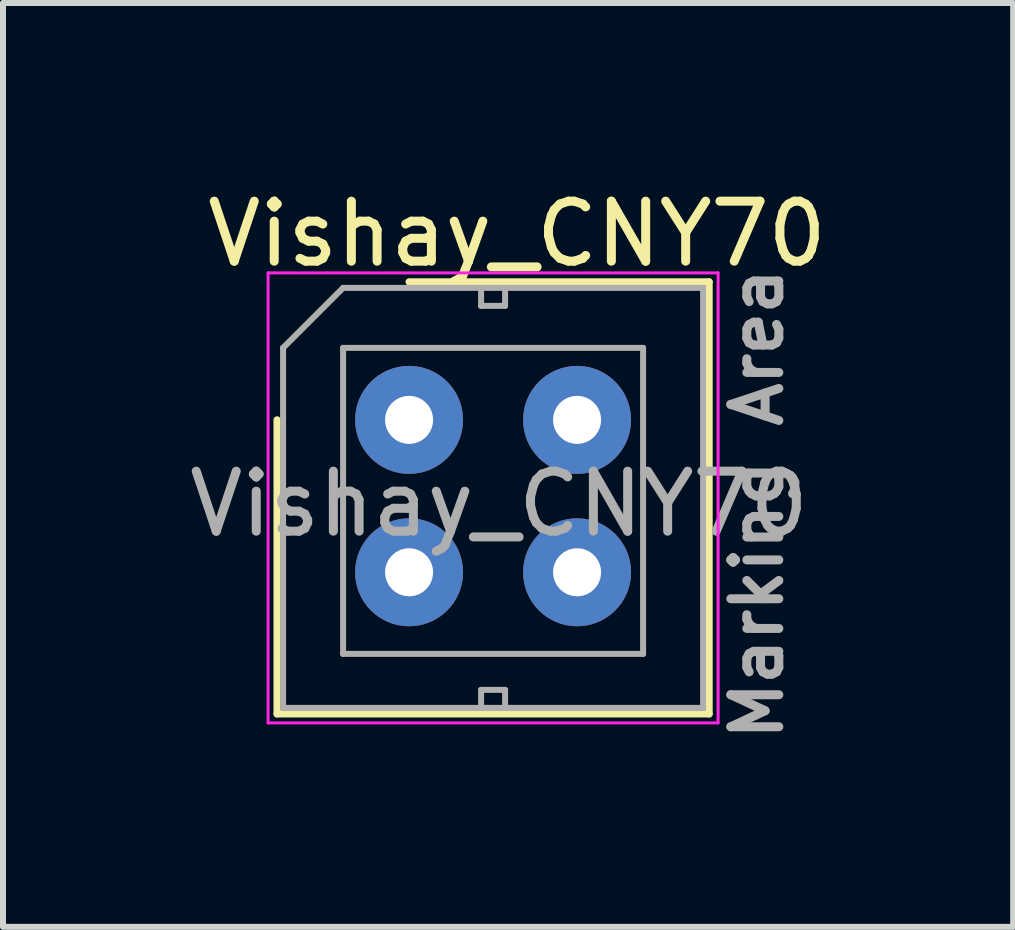
<source format=kicad_pcb>
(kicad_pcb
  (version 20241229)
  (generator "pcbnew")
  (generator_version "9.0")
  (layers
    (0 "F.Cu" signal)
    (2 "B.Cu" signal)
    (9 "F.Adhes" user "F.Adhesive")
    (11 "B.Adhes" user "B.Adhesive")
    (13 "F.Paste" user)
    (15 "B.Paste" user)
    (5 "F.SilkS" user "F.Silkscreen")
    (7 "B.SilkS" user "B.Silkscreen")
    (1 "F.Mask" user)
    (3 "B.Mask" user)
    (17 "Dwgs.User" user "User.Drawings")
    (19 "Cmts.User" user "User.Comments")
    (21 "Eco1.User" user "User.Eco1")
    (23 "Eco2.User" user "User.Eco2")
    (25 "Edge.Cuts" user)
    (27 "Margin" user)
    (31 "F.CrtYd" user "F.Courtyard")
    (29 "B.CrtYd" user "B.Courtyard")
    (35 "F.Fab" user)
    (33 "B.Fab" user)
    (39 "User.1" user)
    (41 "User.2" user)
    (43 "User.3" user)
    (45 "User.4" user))
  (footprint "Vishay_CNY70"
    (layer "F.Cu")
    (at 3.768 3.948)
    (property "Reference" "Vishay_CNY70" (at 1.8 -3.1 0) (layer "F.SilkS") (effects (font (size 1 1) (thickness 0.15))))
    (attr through_hole)
    (fp_line (start -2.2 0) (end -2.2 4.9) (stroke (width 0.12) (type solid)) (layer "F.SilkS"))
    (fp_line (start -2.2 4.9) (end 5 4.9) (stroke (width 0.12) (type solid)) (layer "F.SilkS"))
    (fp_line (start 5 -2.3) (end 0 -2.3) (stroke (width 0.12) (type solid)) (layer "F.SilkS"))
    (fp_line (start 5 4.9) (end 5 -2.3) (stroke (width 0.12) (type solid)) (layer "F.SilkS"))
    (fp_line (start -2.35 -2.45) (end -2.35 5.05) (stroke (width 0.05) (type solid)) (layer "F.CrtYd"))
    (fp_line (start -2.35 -2.45) (end 5.15 -2.45) (stroke (width 0.05) (type solid)) (layer "F.CrtYd"))
    (fp_line (start 5.15 5.05) (end -2.35 5.05) (stroke (width 0.05) (type solid)) (layer "F.CrtYd"))
    (fp_line (start 5.15 5.05) (end 5.15 -2.45) (stroke (width 0.05) (type solid)) (layer "F.CrtYd"))
    (fp_line (start -2.1 -1.2) (end -1.1 -2.2) (stroke (width 0.1) (type solid)) (layer "F.Fab"))
    (fp_line (start -2.1 4.8) (end -2.1 -1.2) (stroke (width 0.1) (type solid)) (layer "F.Fab"))
    (fp_line (start -1.1 -2.2) (end 4.9 -2.2) (stroke (width 0.1) (type solid)) (layer "F.Fab"))
    (fp_line (start -1.1 -1.2) (end -1.1 3.9) (stroke (width 0.1) (type solid)) (layer "F.Fab"))
    (fp_line (start -1.1 3.9) (end 3.9 3.9) (stroke (width 0.1) (type solid)) (layer "F.Fab"))
    (fp_line (start 1.2 -2.2) (end 1.2 -1.9) (stroke (width 0.1) (type solid)) (layer "F.Fab"))
    (fp_line (start 1.2 -1.9) (end 1.6 -1.9) (stroke (width 0.1) (type solid)) (layer "F.Fab"))
    (fp_line (start 1.2 4.5) (end 1.2 4.8) (stroke (width 0.1) (type solid)) (layer "F.Fab"))
    (fp_line (start 1.6 -1.9) (end 1.6 -2.2) (stroke (width 0.1) (type solid)) (layer "F.Fab"))
    (fp_line (start 1.6 4.5) (end 1.2 4.5) (stroke (width 0.1) (type solid)) (layer "F.Fab"))
    (fp_line (start 1.6 4.8) (end 1.6 4.5) (stroke (width 0.1) (type solid)) (layer "F.Fab"))
    (fp_line (start 3.9 -1.2) (end -1.1 -1.2) (stroke (width 0.1) (type solid)) (layer "F.Fab"))
    (fp_line (start 3.9 3.9) (end 3.9 -1.2) (stroke (width 0.1) (type solid)) (layer "F.Fab"))
    (fp_line (start 4.9 -2.2) (end 4.9 4.8) (stroke (width 0.1) (type solid)) (layer "F.Fab"))
    (fp_line (start 4.9 4.8) (end -2.1 4.8) (stroke (width 0.1) (type solid)) (layer "F.Fab"))
    (fp_text user "${REFERENCE}" (at 1.5 1.4 0) (layer "F.Fab") (effects (font (size 1 1) (thickness 0.15))))
    (fp_text user "Marking Area" (at 5.8 1.4 90) (layer "F.Fab") (effects (font (size 0.8 0.8) (thickness 0.15))))
    (pad "1" thru_hole circle (at 0 0) (size 1.8 1.8) (drill 0.8) (layers "*.Cu" "*.Mask"))
    (pad "2" thru_hole circle (at 0 2.54) (size 1.8 1.8) (drill 0.8) (layers "*.Cu" "*.Mask"))
    (pad "3" thru_hole circle (at 2.8 2.54) (size 1.8 1.8) (drill 0.8) (layers "*.Cu" "*.Mask"))
    (pad "4" thru_hole circle (at 2.8 0) (size 1.8 1.8) (drill 0.8) (layers "*.Cu" "*.Mask")))
  (gr_rect
    (start -3 -3)
    (end 13.836 12.398)
    (stroke (width 0.1) (type default))
    (fill no)
    (layer "Edge.Cuts")))
</source>
